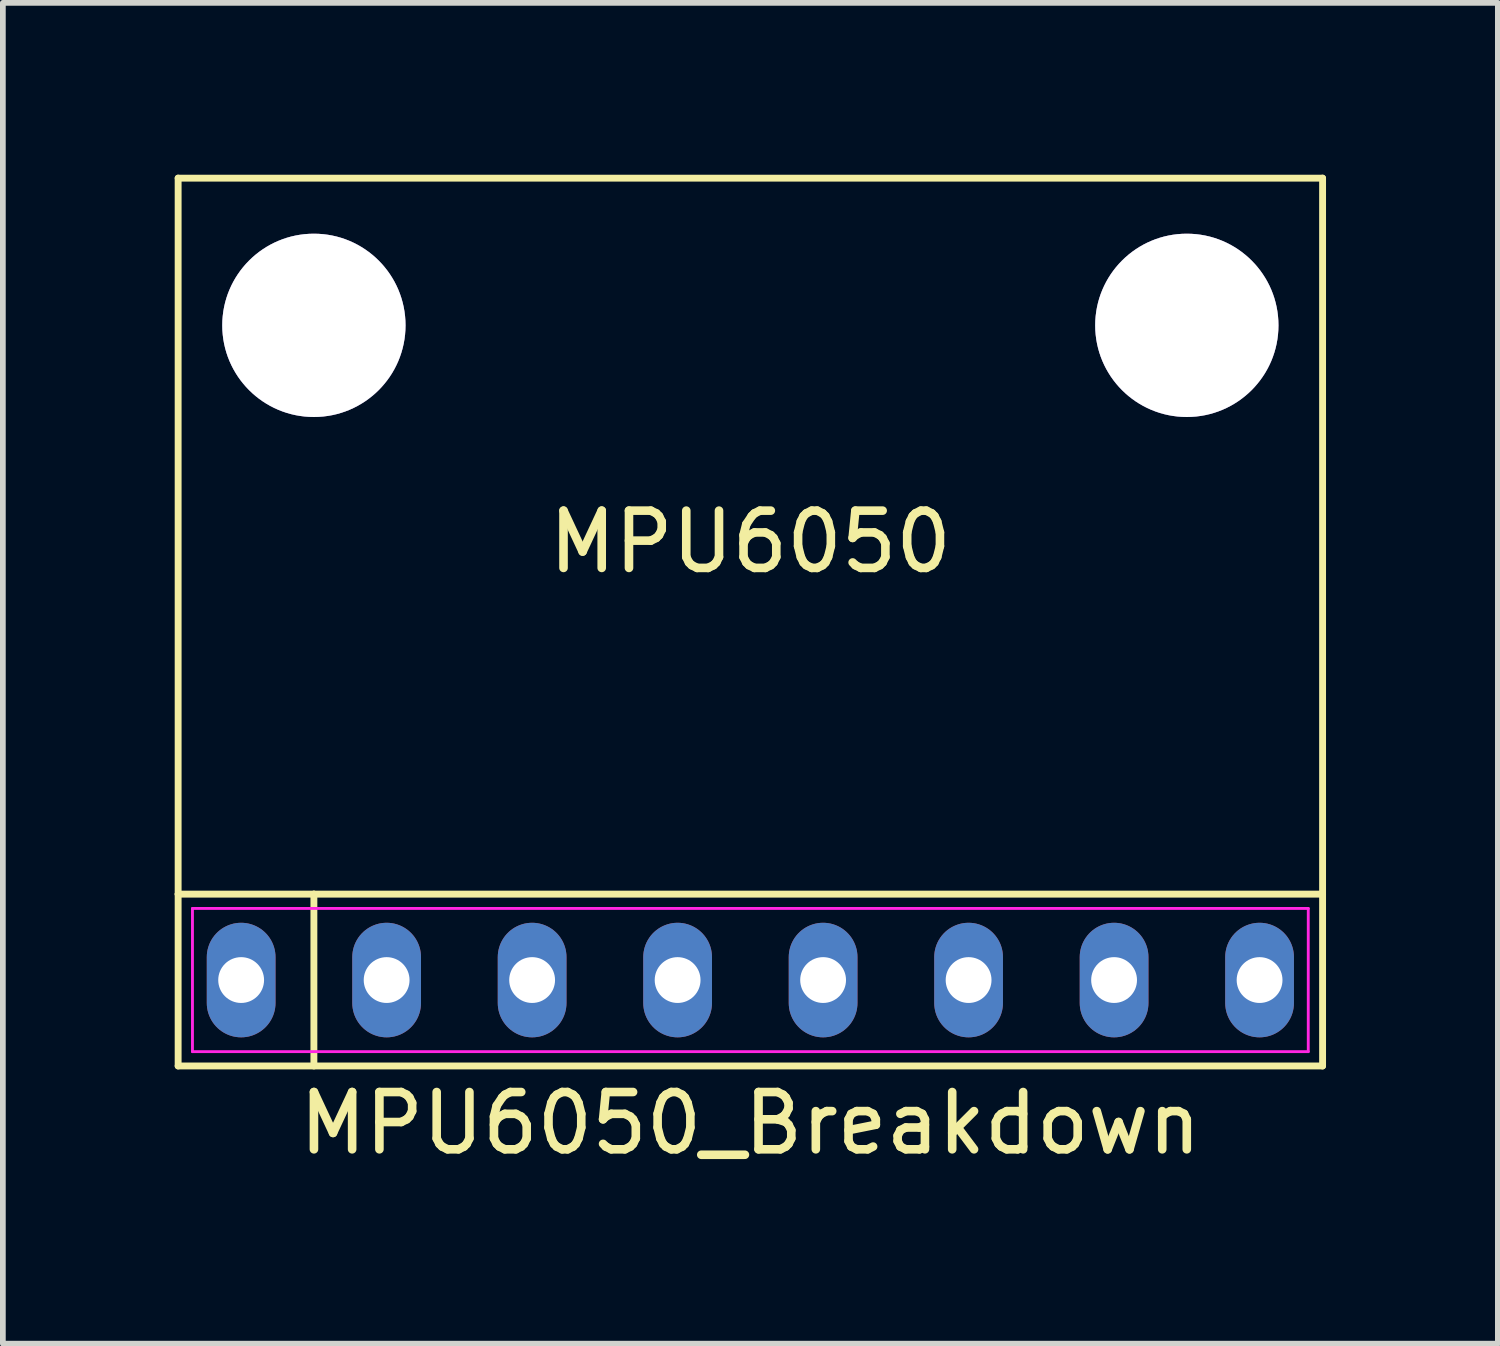
<source format=kicad_pcb>
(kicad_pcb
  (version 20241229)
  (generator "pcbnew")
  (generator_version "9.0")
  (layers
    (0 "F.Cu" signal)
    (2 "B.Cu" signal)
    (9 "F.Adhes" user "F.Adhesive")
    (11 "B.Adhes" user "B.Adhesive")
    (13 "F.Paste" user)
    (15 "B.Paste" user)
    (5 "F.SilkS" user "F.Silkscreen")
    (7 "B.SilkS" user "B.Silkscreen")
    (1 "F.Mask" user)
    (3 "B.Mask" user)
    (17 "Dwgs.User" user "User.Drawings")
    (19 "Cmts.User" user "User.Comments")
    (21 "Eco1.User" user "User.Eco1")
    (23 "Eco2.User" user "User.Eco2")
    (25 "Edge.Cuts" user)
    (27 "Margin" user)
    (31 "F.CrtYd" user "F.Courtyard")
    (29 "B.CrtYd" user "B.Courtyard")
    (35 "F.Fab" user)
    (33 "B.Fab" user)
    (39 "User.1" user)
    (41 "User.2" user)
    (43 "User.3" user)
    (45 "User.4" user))
  (footprint "MPU6050_Breakdown"
    (layer "F.Cu")
    (at 10.05 14.06)
    (property "Reference" "MPU6050_Breakdown" (at 0 2.5 0) (layer "F.SilkS") (effects (font (size 1 1) (thickness 0.15))))
    (attr through_hole)
    (fp_line (start -9.99 -14) (end -9.99 -1.5) (stroke (width 0.12) (type solid)) (layer "F.SilkS"))
    (fp_line (start -9.99 -14) (end 9.99 -14) (stroke (width 0.12) (type solid)) (layer "F.SilkS"))
    (fp_line (start -9.99 -1.5) (end -7.62 -1.5) (stroke (width 0.12) (type solid)) (layer "F.SilkS"))
    (fp_line (start -9.99 1.5) (end -9.99 -1.5) (stroke (width 0.12) (type solid)) (layer "F.SilkS"))
    (fp_line (start -7.62 -1.5) (end -7.62 1.5) (stroke (width 0.12) (type solid)) (layer "F.SilkS"))
    (fp_line (start -7.62 -1.5) (end 9.99 -1.5) (stroke (width 0.12) (type solid)) (layer "F.SilkS"))
    (fp_line (start 9.99 -1.5) (end 9.99 -14) (stroke (width 0.12) (type solid)) (layer "F.SilkS"))
    (fp_line (start 9.99 -1.5) (end 9.99 1.5) (stroke (width 0.12) (type solid)) (layer "F.SilkS"))
    (fp_line (start 9.99 1.5) (end -9.99 1.5) (stroke (width 0.12) (type solid)) (layer "F.SilkS"))
    (fp_line (start -9.74 -1.25) (end 9.74 -1.25) (stroke (width 0.05) (type solid)) (layer "F.CrtYd"))
    (fp_line (start -9.74 1.25) (end -9.74 -1.25) (stroke (width 0.05) (type solid)) (layer "F.CrtYd"))
    (fp_line (start 9.74 -1.25) (end 9.74 1.25) (stroke (width 0.05) (type solid)) (layer "F.CrtYd"))
    (fp_line (start 9.74 1.25) (end -9.74 1.25) (stroke (width 0.05) (type solid)) (layer "F.CrtYd"))
    (fp_text user "MPU6050" (at 0 -7.65 0) (layer "F.SilkS") (effects (font (size 1 1) (thickness 0.15))))
    (pad "1" thru_hole oval (at -8.89 0) (size 1.2 2) (drill 0.8) (layers "*.Cu" "*.Mask"))
    (pad "2" thru_hole oval (at -6.35 0) (size 1.2 2) (drill 0.8) (layers "*.Cu" "*.Mask"))
    (pad "3" thru_hole oval (at -3.81 0) (size 1.2 2) (drill 0.8) (layers "*.Cu" "*.Mask"))
    (pad "4" thru_hole oval (at -1.27 0) (size 1.2 2) (drill 0.8) (layers "*.Cu" "*.Mask"))
    (pad "5" thru_hole oval (at 1.27 0) (size 1.2 2) (drill 0.8) (layers "*.Cu" "*.Mask"))
    (pad "6" thru_hole oval (at 3.81 0) (size 1.2 2) (drill 0.8) (layers "*.Cu" "*.Mask"))
    (pad "7" thru_hole oval (at 6.35 0) (size 1.2 2) (drill 0.8) (layers "*.Cu" "*.Mask"))
    (pad "8" thru_hole oval (at 8.89 0) (size 1.2 2) (drill 0.8) (layers "*.Cu" "*.Mask"))
    (pad "~" thru_hole circle (at -7.62 -11.43) (size 3.2 3.2) (drill 3.2) (layers "*.Cu" "*.Mask"))
    (pad "~" thru_hole circle (at 7.62 -11.43) (size 3.2 3.2) (drill 3.2) (layers "*.Cu" "*.Mask")))
  (gr_rect
    (start -3 -3)
    (end 23.1 20.408)
    (stroke (width 0.1) (type default))
    (fill no)
    (layer "Edge.Cuts")))
</source>
